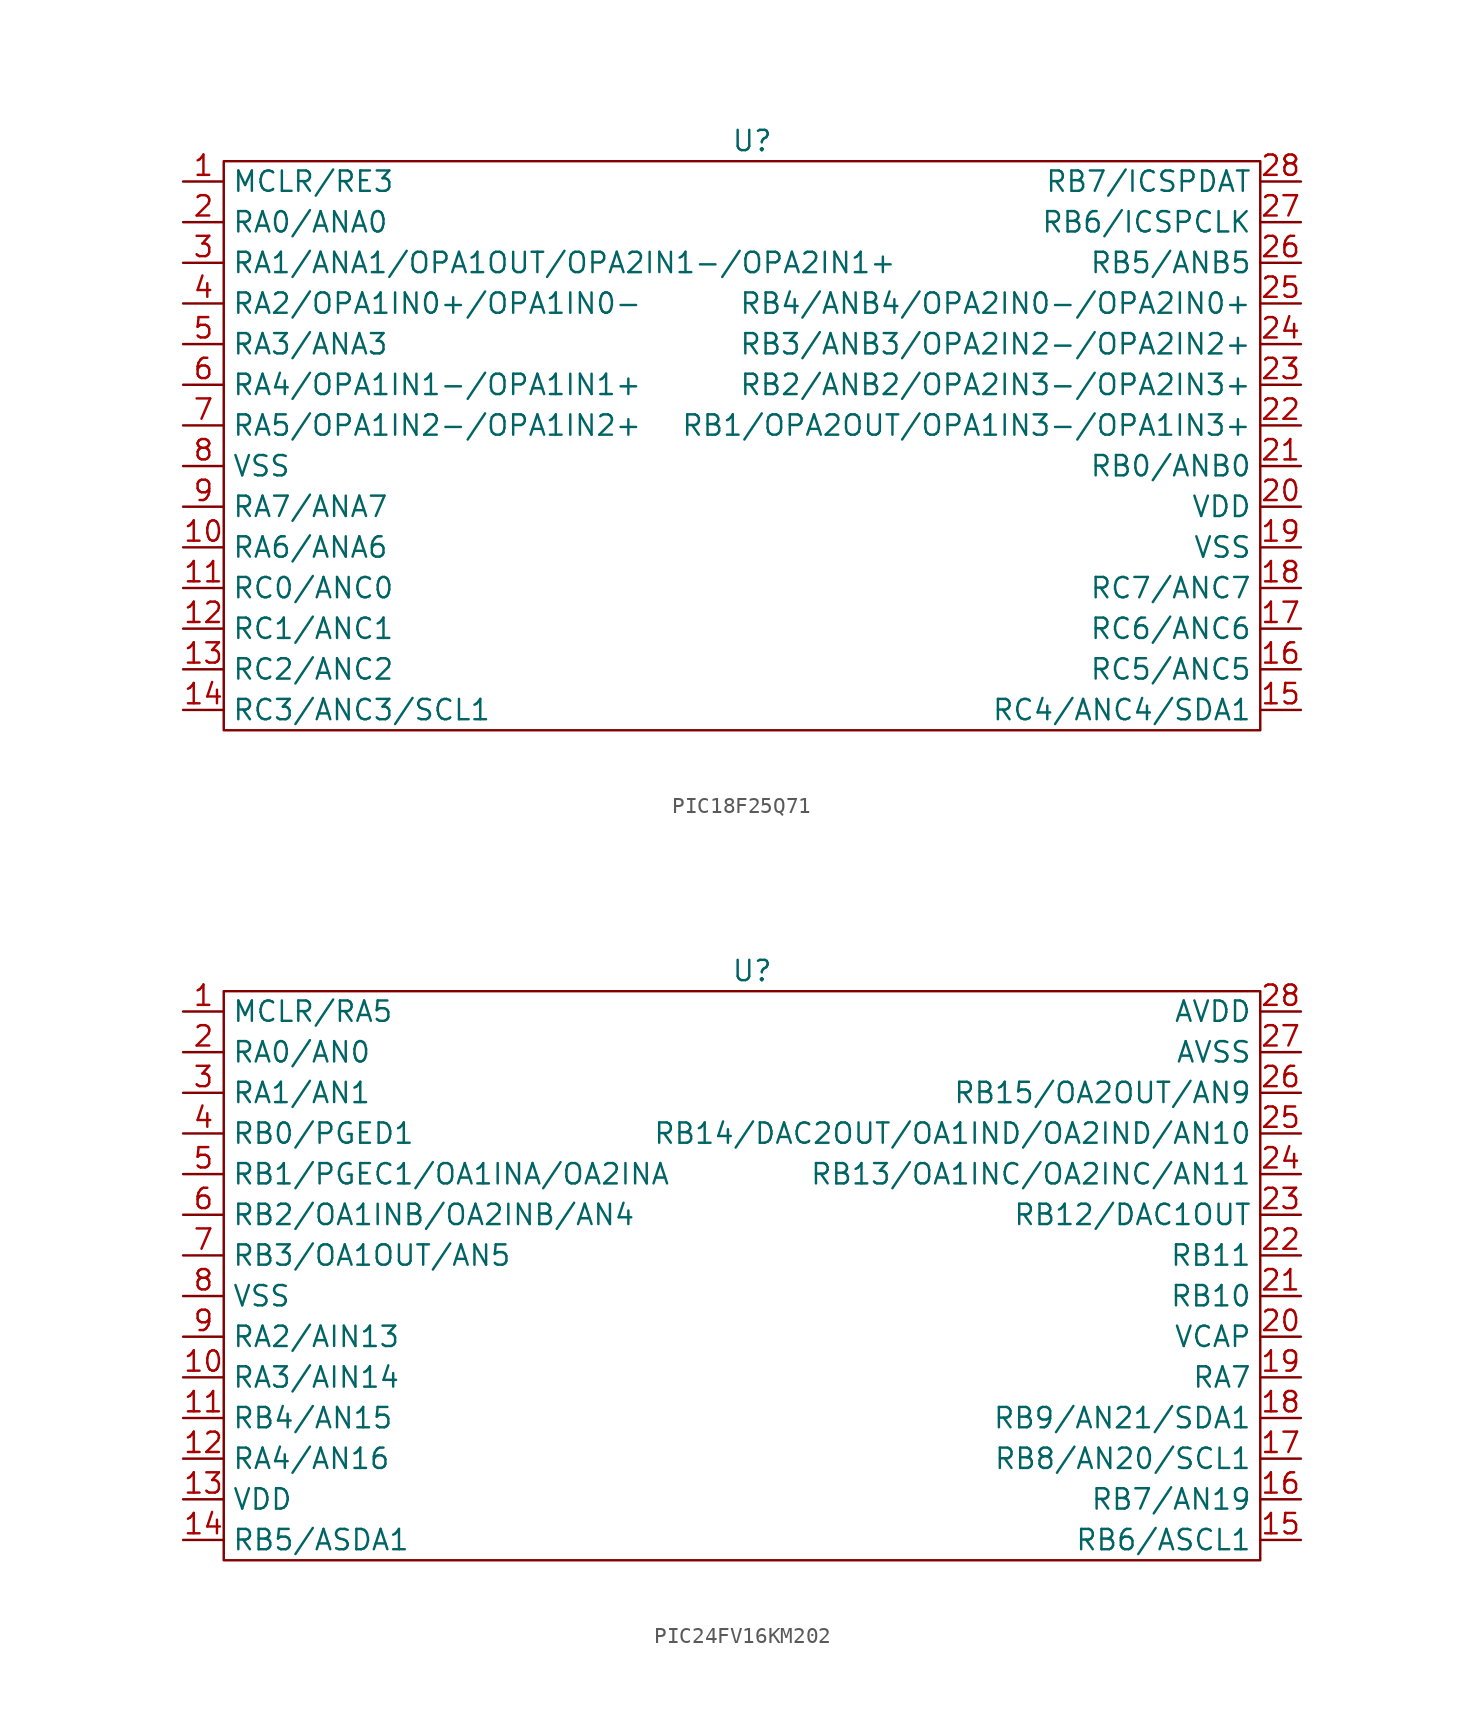
<source format=kicad_sym>
(kicad_symbol_lib
  (version 20231120)
  (generator "kicad_symbol_editor")
  (generator_version "8.0")
  (symbol "PIC18F25Q71"
    (property "Reference" "U"
      (at 0 22.86 0)
      (effects (font (size 1.27 1.27))))
    (property "Value" ""
      (at -20.32 0 0)
      (effects (font (size 1.27 1.27))))
    (symbol "PIC18F25Q71_0_1"
      (rectangle (start -33.02 21.59) (end 31.75 -13.97) (stroke (width 0) (type default)) (fill (type none))))
    (symbol "PIC18F25Q71_1_1"
      (pin bidirectional line (at -35.56 20.32 0) (length 2.54) (name "MCLR/RE3" (effects (font (size 1.27 1.27)))) (number "1" (effects (font (size 1.27 1.27)))))
      (pin bidirectional line (at -35.56 -2.54 0) (length 2.54) (name "RA6/ANA6" (effects (font (size 1.27 1.27)))) (number "10" (effects (font (size 1.27 1.27)))))
      (pin bidirectional line (at -35.56 -5.08 0) (length 2.54) (name "RC0/ANC0" (effects (font (size 1.27 1.27)))) (number "11" (effects (font (size 1.27 1.27)))))
      (pin bidirectional line (at -35.56 -7.62 0) (length 2.54) (name "RC1/ANC1" (effects (font (size 1.27 1.27)))) (number "12" (effects (font (size 1.27 1.27)))))
      (pin bidirectional line (at -35.56 -10.16 0) (length 2.54) (name "RC2/ANC2" (effects (font (size 1.27 1.27)))) (number "13" (effects (font (size 1.27 1.27)))))
      (pin bidirectional line (at -35.56 -12.7 0) (length 2.54) (name "RC3/ANC3/SCL1" (effects (font (size 1.27 1.27)))) (number "14" (effects (font (size 1.27 1.27)))))
      (pin bidirectional line (at 34.29 -12.7 180) (length 2.54) (name "RC4/ANC4/SDA1" (effects (font (size 1.27 1.27)))) (number "15" (effects (font (size 1.27 1.27)))))
      (pin bidirectional line (at 34.29 -10.16 180) (length 2.54) (name "RC5/ANC5" (effects (font (size 1.27 1.27)))) (number "16" (effects (font (size 1.27 1.27)))))
      (pin bidirectional line (at 34.29 -7.62 180) (length 2.54) (name "RC6/ANC6" (effects (font (size 1.27 1.27)))) (number "17" (effects (font (size 1.27 1.27)))))
      (pin bidirectional line (at 34.29 -5.08 180) (length 2.54) (name "RC7/ANC7" (effects (font (size 1.27 1.27)))) (number "18" (effects (font (size 1.27 1.27)))))
      (pin power_in line (at 34.29 -2.54 180) (length 2.54) (name "VSS" (effects (font (size 1.27 1.27)))) (number "19" (effects (font (size 1.27 1.27)))))
      (pin bidirectional line (at -35.56 17.78 0) (length 2.54) (name "RA0/ANA0" (effects (font (size 1.27 1.27)))) (number "2" (effects (font (size 1.27 1.27)))))
      (pin power_in line (at 34.29 0 180) (length 2.54) (name "VDD" (effects (font (size 1.27 1.27)))) (number "20" (effects (font (size 1.27 1.27)))))
      (pin bidirectional line (at 34.29 2.54 180) (length 2.54) (name "RB0/ANB0" (effects (font (size 1.27 1.27)))) (number "21" (effects (font (size 1.27 1.27)))))
      (pin bidirectional line (at 34.29 5.08 180) (length 2.54) (name "RB1/OPA2OUT/OPA1IN3-/OPA1IN3+" (effects (font (size 1.27 1.27)))) (number "22" (effects (font (size 1.27 1.27)))))
      (pin bidirectional line (at 34.29 7.62 180) (length 2.54) (name "RB2/ANB2/OPA2IN3-/OPA2IN3+" (effects (font (size 1.27 1.27)))) (number "23" (effects (font (size 1.27 1.27)))))
      (pin bidirectional line (at 34.29 10.16 180) (length 2.54) (name "RB3/ANB3/OPA2IN2-/OPA2IN2+" (effects (font (size 1.27 1.27)))) (number "24" (effects (font (size 1.27 1.27)))))
      (pin bidirectional line (at 34.29 12.7 180) (length 2.54) (name "RB4/ANB4/OPA2IN0-/OPA2IN0+" (effects (font (size 1.27 1.27)))) (number "25" (effects (font (size 1.27 1.27)))))
      (pin bidirectional line (at 34.29 15.24 180) (length 2.54) (name "RB5/ANB5" (effects (font (size 1.27 1.27)))) (number "26" (effects (font (size 1.27 1.27)))))
      (pin bidirectional line (at 34.29 17.78 180) (length 2.54) (name "RB6/ICSPCLK" (effects (font (size 1.27 1.27)))) (number "27" (effects (font (size 1.27 1.27)))))
      (pin bidirectional line (at 34.29 20.32 180) (length 2.54) (name "RB7/ICSPDAT" (effects (font (size 1.27 1.27)))) (number "28" (effects (font (size 1.27 1.27)))))
      (pin bidirectional line (at -35.56 15.24 0) (length 2.54) (name "RA1/ANA1/OPA1OUT/OPA2IN1-/OPA2IN1+" (effects (font (size 1.27 1.27)))) (number "3" (effects (font (size 1.27 1.27)))))
      (pin bidirectional line (at -35.56 12.7 0) (length 2.54) (name "RA2/OPA1IN0+/OPA1IN0-" (effects (font (size 1.27 1.27)))) (number "4" (effects (font (size 1.27 1.27)))))
      (pin bidirectional line (at -35.56 10.16 0) (length 2.54) (name "RA3/ANA3" (effects (font (size 1.27 1.27)))) (number "5" (effects (font (size 1.27 1.27)))))
      (pin bidirectional line (at -35.56 7.62 0) (length 2.54) (name "RA4/OPA1IN1-/OPA1IN1+" (effects (font (size 1.27 1.27)))) (number "6" (effects (font (size 1.27 1.27)))))
      (pin bidirectional line (at -35.56 5.08 0) (length 2.54) (name "RA5/OPA1IN2-/OPA1IN2+" (effects (font (size 1.27 1.27)))) (number "7" (effects (font (size 1.27 1.27)))))
      (pin power_in line (at -35.56 2.54 0) (length 2.54) (name "VSS" (effects (font (size 1.27 1.27)))) (number "8" (effects (font (size 1.27 1.27)))))
      (pin bidirectional line (at -35.56 0 0) (length 2.54) (name "RA7/ANA7" (effects (font (size 1.27 1.27)))) (number "9" (effects (font (size 1.27 1.27)))))))
  (symbol "PIC24FV16KM202"
    (property "Reference" "U"
      (at 0 22.86 0)
      (effects (font (size 1.27 1.27))))
    (property "Value" ""
      (at -20.32 0 0)
      (effects (font (size 1.27 1.27))))
    (symbol "PIC24FV16KM202_0_1"
      (rectangle (start -33.02 21.59) (end 31.75 -13.97) (stroke (width 0) (type default)) (fill (type none))))
    (symbol "PIC24FV16KM202_1_1"
      (pin bidirectional line (at -35.56 20.32 0) (length 2.54) (name "MCLR/RA5" (effects (font (size 1.27 1.27)))) (number "1" (effects (font (size 1.27 1.27)))))
      (pin bidirectional line (at -35.56 -2.54 0) (length 2.54) (name "RA3/AIN14" (effects (font (size 1.27 1.27)))) (number "10" (effects (font (size 1.27 1.27)))))
      (pin bidirectional line (at -35.56 -5.08 0) (length 2.54) (name "RB4/AN15" (effects (font (size 1.27 1.27)))) (number "11" (effects (font (size 1.27 1.27)))))
      (pin bidirectional line (at -35.56 -7.62 0) (length 2.54) (name "RA4/AN16" (effects (font (size 1.27 1.27)))) (number "12" (effects (font (size 1.27 1.27)))))
      (pin power_in line (at -35.56 -10.16 0) (length 2.54) (name "VDD" (effects (font (size 1.27 1.27)))) (number "13" (effects (font (size 1.27 1.27)))))
      (pin bidirectional line (at -35.56 -12.7 0) (length 2.54) (name "RB5/ASDA1" (effects (font (size 1.27 1.27)))) (number "14" (effects (font (size 1.27 1.27)))))
      (pin bidirectional line (at 34.29 -12.7 180) (length 2.54) (name "RB6/ASCL1" (effects (font (size 1.27 1.27)))) (number "15" (effects (font (size 1.27 1.27)))))
      (pin bidirectional line (at 34.29 -10.16 180) (length 2.54) (name "RB7/AN19" (effects (font (size 1.27 1.27)))) (number "16" (effects (font (size 1.27 1.27)))))
      (pin bidirectional line (at 34.29 -7.62 180) (length 2.54) (name "RB8/AN20/SCL1" (effects (font (size 1.27 1.27)))) (number "17" (effects (font (size 1.27 1.27)))))
      (pin bidirectional line (at 34.29 -5.08 180) (length 2.54) (name "RB9/AN21/SDA1" (effects (font (size 1.27 1.27)))) (number "18" (effects (font (size 1.27 1.27)))))
      (pin bidirectional line (at 34.29 -2.54 180) (length 2.54) (name "RA7" (effects (font (size 1.27 1.27)))) (number "19" (effects (font (size 1.27 1.27)))))
      (pin bidirectional line (at -35.56 17.78 0) (length 2.54) (name "RA0/AN0" (effects (font (size 1.27 1.27)))) (number "2" (effects (font (size 1.27 1.27)))))
      (pin power_out line (at 34.29 0 180) (length 2.54) (name "VCAP" (effects (font (size 1.27 1.27)))) (number "20" (effects (font (size 1.27 1.27)))))
      (pin bidirectional line (at 34.29 2.54 180) (length 2.54) (name "RB10" (effects (font (size 1.27 1.27)))) (number "21" (effects (font (size 1.27 1.27)))))
      (pin bidirectional line (at 34.29 5.08 180) (length 2.54) (name "RB11" (effects (font (size 1.27 1.27)))) (number "22" (effects (font (size 1.27 1.27)))))
      (pin bidirectional line (at 34.29 7.62 180) (length 2.54) (name "RB12/DAC1OUT" (effects (font (size 1.27 1.27)))) (number "23" (effects (font (size 1.27 1.27)))))
      (pin bidirectional line (at 34.29 10.16 180) (length 2.54) (name "RB13/OA1INC/OA2INC/AN11" (effects (font (size 1.27 1.27)))) (number "24" (effects (font (size 1.27 1.27)))))
      (pin bidirectional line (at 34.29 12.7 180) (length 2.54) (name "RB14/DAC2OUT/OA1IND/OA2IND/AN10" (effects (font (size 1.27 1.27)))) (number "25" (effects (font (size 1.27 1.27)))))
      (pin bidirectional line (at 34.29 15.24 180) (length 2.54) (name "RB15/OA2OUT/AN9" (effects (font (size 1.27 1.27)))) (number "26" (effects (font (size 1.27 1.27)))))
      (pin power_in line (at 34.29 17.78 180) (length 2.54) (name "AVSS" (effects (font (size 1.27 1.27)))) (number "27" (effects (font (size 1.27 1.27)))))
      (pin power_in line (at 34.29 20.32 180) (length 2.54) (name "AVDD" (effects (font (size 1.27 1.27)))) (number "28" (effects (font (size 1.27 1.27)))))
      (pin bidirectional line (at -35.56 15.24 0) (length 2.54) (name "RA1/AN1" (effects (font (size 1.27 1.27)))) (number "3" (effects (font (size 1.27 1.27)))))
      (pin bidirectional line (at -35.56 12.7 0) (length 2.54) (name "RB0/PGED1" (effects (font (size 1.27 1.27)))) (number "4" (effects (font (size 1.27 1.27)))))
      (pin bidirectional line (at -35.56 10.16 0) (length 2.54) (name "RB1/PGEC1/OA1INA/OA2INA" (effects (font (size 1.27 1.27)))) (number "5" (effects (font (size 1.27 1.27)))))
      (pin bidirectional line (at -35.56 7.62 0) (length 2.54) (name "RB2/OA1INB/OA2INB/AN4" (effects (font (size 1.27 1.27)))) (number "6" (effects (font (size 1.27 1.27)))))
      (pin bidirectional line (at -35.56 5.08 0) (length 2.54) (name "RB3/OA1OUT/AN5" (effects (font (size 1.27 1.27)))) (number "7" (effects (font (size 1.27 1.27)))))
      (pin power_in line (at -35.56 2.54 0) (length 2.54) (name "VSS" (effects (font (size 1.27 1.27)))) (number "8" (effects (font (size 1.27 1.27)))))
      (pin bidirectional line (at -35.56 0 0) (length 2.54) (name "RA2/AIN13" (effects (font (size 1.27 1.27)))) (number "9" (effects (font (size 1.27 1.27))))))))
</source>
